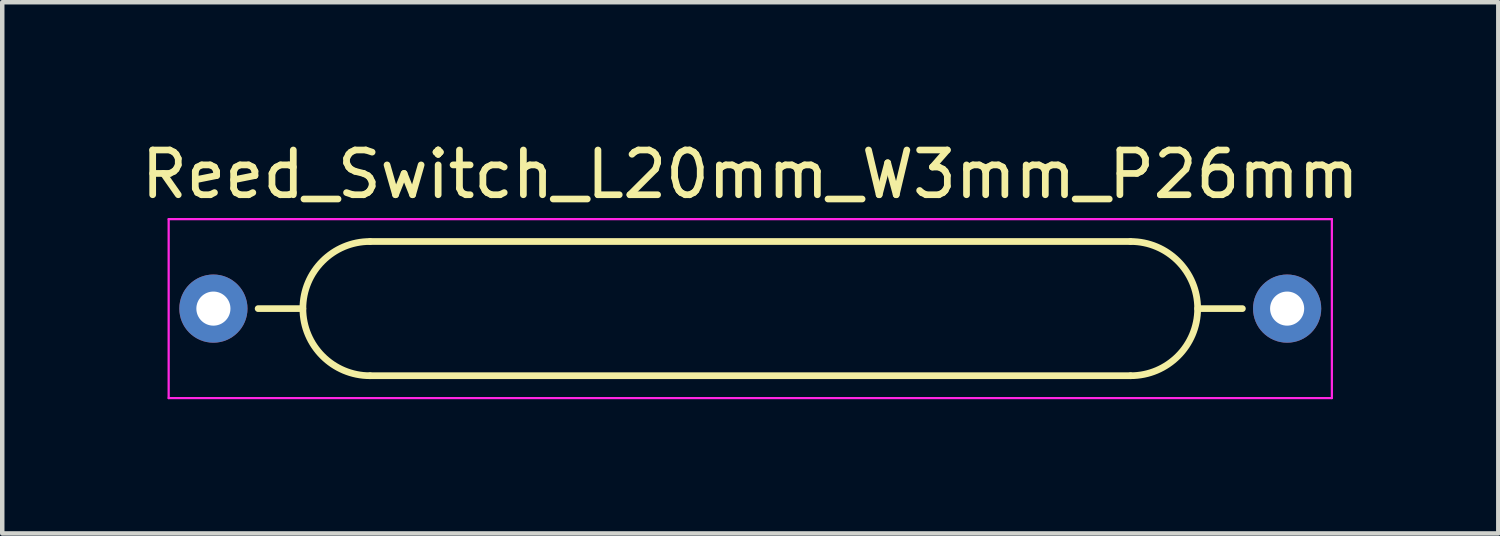
<source format=kicad_pcb>
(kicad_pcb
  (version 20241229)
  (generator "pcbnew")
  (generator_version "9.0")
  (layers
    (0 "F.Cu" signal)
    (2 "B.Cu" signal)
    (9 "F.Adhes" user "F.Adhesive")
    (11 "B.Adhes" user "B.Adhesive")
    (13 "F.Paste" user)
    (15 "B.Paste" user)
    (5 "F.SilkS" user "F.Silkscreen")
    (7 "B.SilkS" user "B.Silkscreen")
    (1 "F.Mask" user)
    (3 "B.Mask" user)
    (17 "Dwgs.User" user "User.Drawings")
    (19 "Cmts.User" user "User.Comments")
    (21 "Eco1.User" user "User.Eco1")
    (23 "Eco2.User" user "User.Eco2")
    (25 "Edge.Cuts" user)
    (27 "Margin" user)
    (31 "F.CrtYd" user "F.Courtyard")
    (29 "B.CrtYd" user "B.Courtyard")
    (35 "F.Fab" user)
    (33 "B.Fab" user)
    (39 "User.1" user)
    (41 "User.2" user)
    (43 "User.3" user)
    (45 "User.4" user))
  (footprint "Reed_Switch_L20mm_W3mm_P26mm"
    (layer "F.Cu")
    (at 13.72 3.848)
    (property "Reference" "Reed_Switch_L20mm_W3mm_P26mm" (at 0 -3 0) (layer "F.SilkS") (effects (font (size 1 1) (thickness 0.15))))
    (attr through_hole)
    (fp_line (start -11 0) (end -10 0) (stroke (width 0.15) (type solid)) (layer "F.SilkS"))
    (fp_line (start -8.5 -1.5) (end 8.5 -1.5) (stroke (width 0.15) (type solid)) (layer "F.SilkS"))
    (fp_line (start -8.5 1.5) (end 8.5 1.5) (stroke (width 0.15) (type solid)) (layer "F.SilkS"))
    (fp_line (start 10 0) (end 11 0) (stroke (width 0.15) (type solid)) (layer "F.SilkS"))
    (fp_arc (start -8.5 1.5) (mid -10 0) (end -8.5 -1.5) (stroke (width 0.15) (type solid)) (layer "F.SilkS"))
    (fp_arc (start 8.5 -1.5) (mid 10 0) (end 8.5 1.5) (stroke (width 0.15) (type solid)) (layer "F.SilkS"))
    (fp_line (start -13 -2) (end -13 2) (stroke (width 0.05) (type solid)) (layer "F.CrtYd"))
    (fp_line (start -13 2) (end 13 2) (stroke (width 0.05) (type solid)) (layer "F.CrtYd"))
    (fp_line (start 13 -2) (end -13 -2) (stroke (width 0.05) (type solid)) (layer "F.CrtYd"))
    (fp_line (start 13 2) (end 13 -2) (stroke (width 0.05) (type solid)) (layer "F.CrtYd"))
    (pad "1" thru_hole circle (at -12 0) (size 1.524 1.524) (drill 0.762) (layers "*.Cu" "*.Mask"))
    (pad "2" thru_hole circle (at 12 0) (size 1.524 1.524) (drill 0.762) (layers "*.Cu" "*.Mask")))
  (gr_rect
    (start -3 -3)
    (end 30.44 8.873)
    (stroke (width 0.1) (type default))
    (fill no)
    (layer "Edge.Cuts")))
</source>
